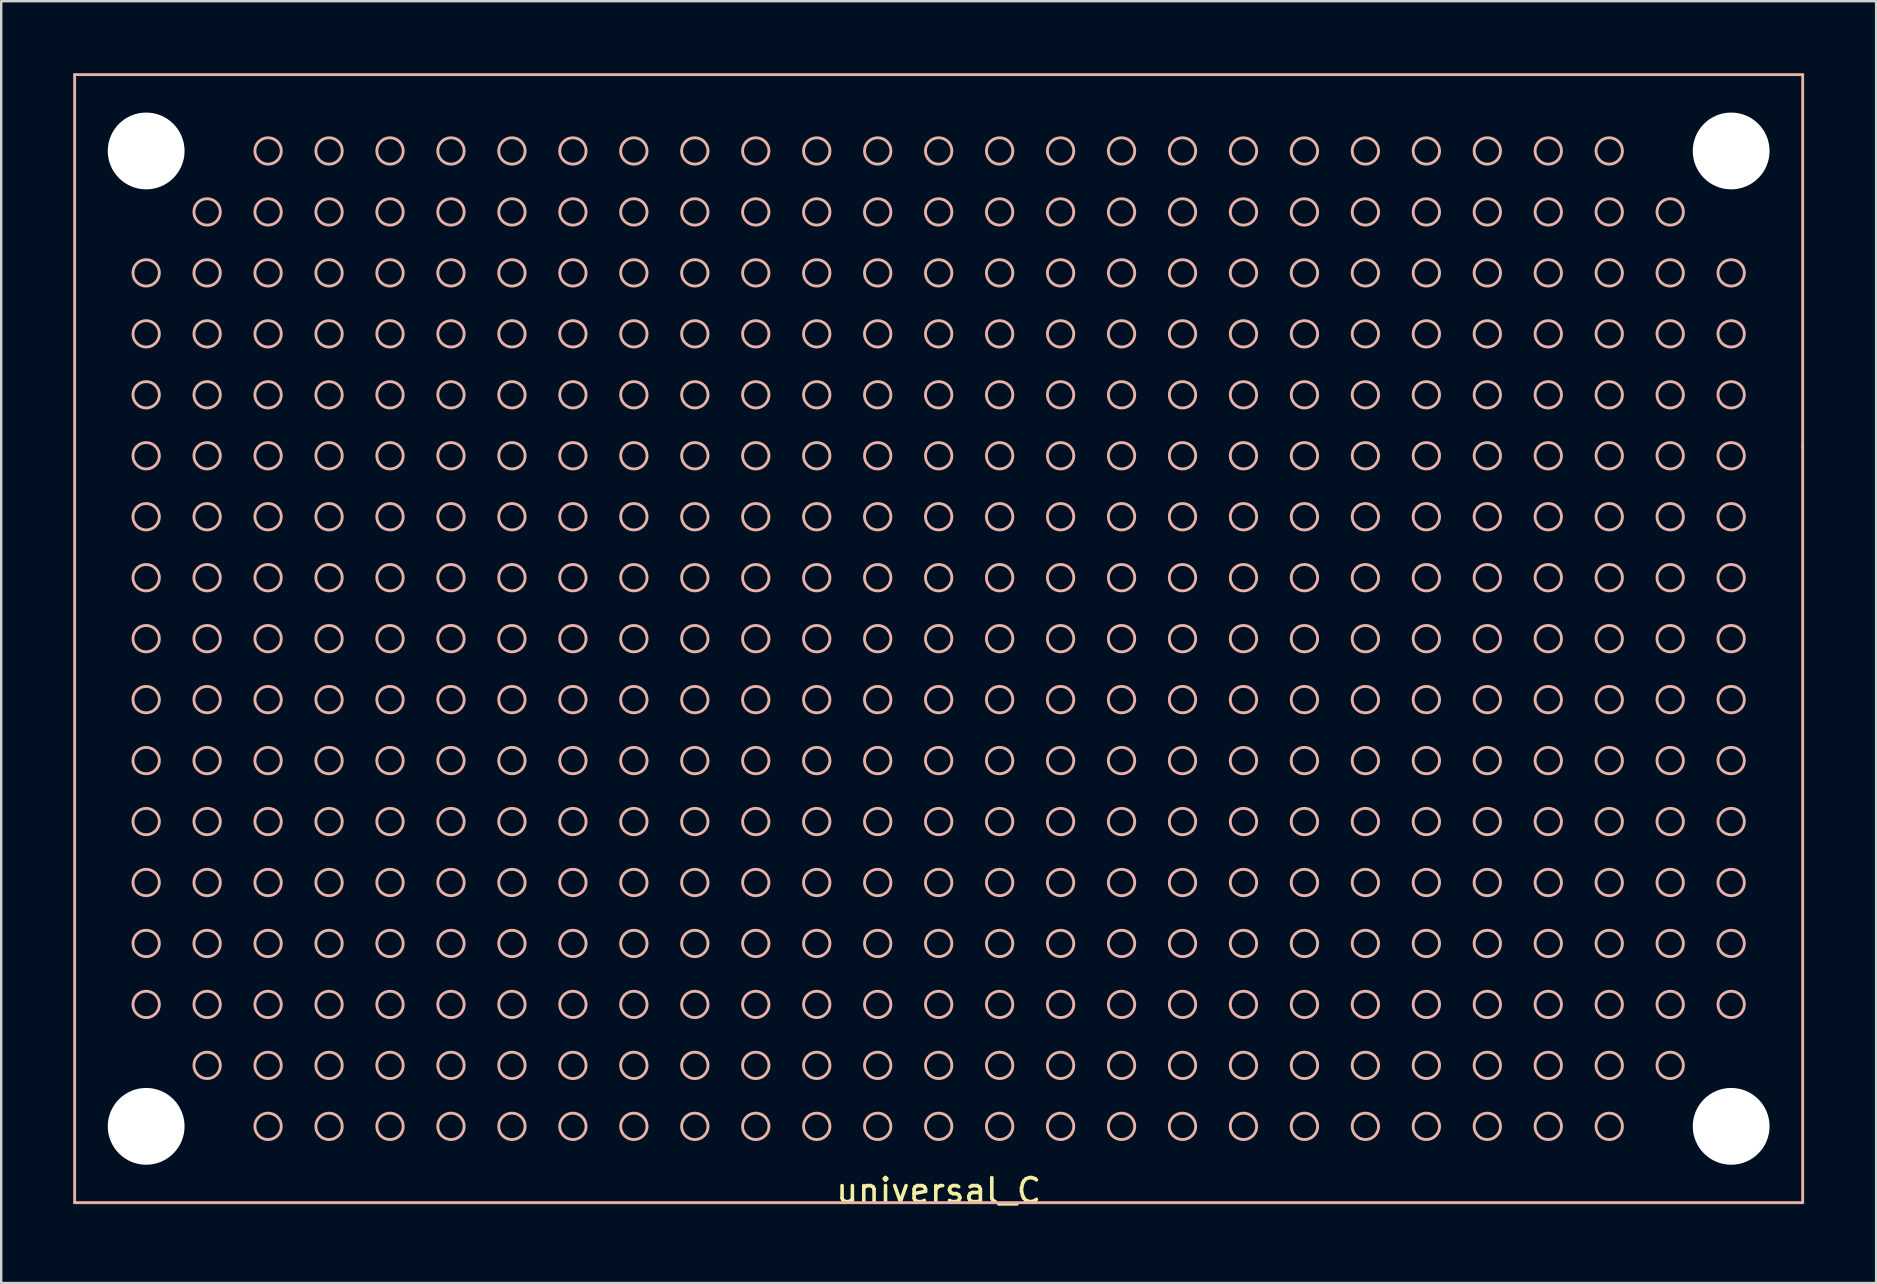
<source format=kicad_pcb>
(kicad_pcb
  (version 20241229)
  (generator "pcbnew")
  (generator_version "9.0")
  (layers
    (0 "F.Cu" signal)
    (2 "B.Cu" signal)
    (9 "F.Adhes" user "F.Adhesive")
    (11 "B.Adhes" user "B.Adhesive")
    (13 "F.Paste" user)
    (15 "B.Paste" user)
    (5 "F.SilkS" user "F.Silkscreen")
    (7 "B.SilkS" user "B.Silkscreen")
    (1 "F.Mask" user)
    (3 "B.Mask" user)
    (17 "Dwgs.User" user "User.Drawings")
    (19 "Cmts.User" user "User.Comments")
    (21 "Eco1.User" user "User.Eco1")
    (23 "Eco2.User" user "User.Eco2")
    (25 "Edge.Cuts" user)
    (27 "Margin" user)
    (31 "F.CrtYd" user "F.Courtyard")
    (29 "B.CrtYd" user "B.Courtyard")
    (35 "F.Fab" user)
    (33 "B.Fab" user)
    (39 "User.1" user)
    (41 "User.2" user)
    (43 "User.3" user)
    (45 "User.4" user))
  (footprint "universal_C"
    (layer "F.Cu")
    (at 36.06 23.56)
    (property "Reference" "universal_C" (at 0 23 0) (layer "F.SilkS") (effects (font (size 1 1) (thickness 0.15))))
    (attr through_hole)
    (fp_line (start -36 -23.5) (end -36 23.5) (stroke (width 0.12) (type solid)) (layer "B.SilkS"))
    (fp_line (start -36 -23.5) (end 36 -23.5) (stroke (width 0.12) (type solid)) (layer "B.SilkS"))
    (fp_line (start -36 23.5) (end 36 23.5) (stroke (width 0.12) (type solid)) (layer "B.SilkS"))
    (fp_line (start 36 -23.5) (end 36 -8) (stroke (width 0.12) (type solid)) (layer "B.SilkS"))
    (fp_line (start 36 -8) (end 36 23.5) (stroke (width 0.12) (type solid)) (layer "B.SilkS"))
    (fp_circle (center -33.02 -15.24) (end -32.47 -15.24) (stroke (width 0.12) (type solid)) (fill no) (layer "B.SilkS"))
    (fp_circle (center -33.02 -12.7) (end -32.47 -12.7) (stroke (width 0.12) (type solid)) (fill no) (layer "B.SilkS"))
    (fp_circle (center -33.02 -10.16) (end -32.47 -10.16) (stroke (width 0.12) (type solid)) (fill no) (layer "B.SilkS"))
    (fp_circle (center -33.02 -7.62) (end -32.47 -7.62) (stroke (width 0.12) (type solid)) (fill no) (layer "B.SilkS"))
    (fp_circle (center -33.02 -5.08) (end -32.47 -5.08) (stroke (width 0.12) (type solid)) (fill no) (layer "B.SilkS"))
    (fp_circle (center -33.02 -2.54) (end -32.47 -2.54) (stroke (width 0.12) (type solid)) (fill no) (layer "B.SilkS"))
    (fp_circle (center -33.02 0) (end -32.47 0) (stroke (width 0.12) (type solid)) (fill no) (layer "B.SilkS"))
    (fp_circle (center -33.02 2.54) (end -32.47 2.54) (stroke (width 0.12) (type solid)) (fill no) (layer "B.SilkS"))
    (fp_circle (center -33.02 5.08) (end -32.47 5.08) (stroke (width 0.12) (type solid)) (fill no) (layer "B.SilkS"))
    (fp_circle (center -33.02 7.62) (end -32.47 7.62) (stroke (width 0.12) (type solid)) (fill no) (layer "B.SilkS"))
    (fp_circle (center -33.02 10.16) (end -32.47 10.16) (stroke (width 0.12) (type solid)) (fill no) (layer "B.SilkS"))
    (fp_circle (center -33.02 12.7) (end -32.47 12.7) (stroke (width 0.12) (type solid)) (fill no) (layer "B.SilkS"))
    (fp_circle (center -33.02 15.24) (end -32.47 15.24) (stroke (width 0.12) (type solid)) (fill no) (layer "B.SilkS"))
    (fp_circle (center -30.48 -17.78) (end -29.93 -17.78) (stroke (width 0.12) (type solid)) (fill no) (layer "B.SilkS"))
    (fp_circle (center -30.48 -15.24) (end -29.93 -15.24) (stroke (width 0.12) (type solid)) (fill no) (layer "B.SilkS"))
    (fp_circle (center -30.48 -12.7) (end -29.93 -12.7) (stroke (width 0.12) (type solid)) (fill no) (layer "B.SilkS"))
    (fp_circle (center -30.48 -10.16) (end -29.93 -10.16) (stroke (width 0.12) (type solid)) (fill no) (layer "B.SilkS"))
    (fp_circle (center -30.48 -7.62) (end -29.93 -7.62) (stroke (width 0.12) (type solid)) (fill no) (layer "B.SilkS"))
    (fp_circle (center -30.48 -5.08) (end -29.93 -5.08) (stroke (width 0.12) (type solid)) (fill no) (layer "B.SilkS"))
    (fp_circle (center -30.48 -2.54) (end -29.93 -2.54) (stroke (width 0.12) (type solid)) (fill no) (layer "B.SilkS"))
    (fp_circle (center -30.48 0) (end -29.93 0) (stroke (width 0.12) (type solid)) (fill no) (layer "B.SilkS"))
    (fp_circle (center -30.48 2.54) (end -29.93 2.54) (stroke (width 0.12) (type solid)) (fill no) (layer "B.SilkS"))
    (fp_circle (center -30.48 5.08) (end -29.93 5.08) (stroke (width 0.12) (type solid)) (fill no) (layer "B.SilkS"))
    (fp_circle (center -30.48 7.62) (end -29.93 7.62) (stroke (width 0.12) (type solid)) (fill no) (layer "B.SilkS"))
    (fp_circle (center -30.48 10.16) (end -29.93 10.16) (stroke (width 0.12) (type solid)) (fill no) (layer "B.SilkS"))
    (fp_circle (center -30.48 12.7) (end -29.93 12.7) (stroke (width 0.12) (type solid)) (fill no) (layer "B.SilkS"))
    (fp_circle (center -30.48 15.24) (end -29.93 15.24) (stroke (width 0.12) (type solid)) (fill no) (layer "B.SilkS"))
    (fp_circle (center -30.48 17.78) (end -29.93 17.78) (stroke (width 0.12) (type solid)) (fill no) (layer "B.SilkS"))
    (fp_circle (center -27.94 -20.32) (end -27.39 -20.32) (stroke (width 0.12) (type solid)) (fill no) (layer "B.SilkS"))
    (fp_circle (center -27.94 -17.78) (end -27.39 -17.78) (stroke (width 0.12) (type solid)) (fill no) (layer "B.SilkS"))
    (fp_circle (center -27.94 -15.24) (end -27.39 -15.24) (stroke (width 0.12) (type solid)) (fill no) (layer "B.SilkS"))
    (fp_circle (center -27.94 -12.7) (end -27.39 -12.7) (stroke (width 0.12) (type solid)) (fill no) (layer "B.SilkS"))
    (fp_circle (center -27.94 -10.16) (end -27.39 -10.16) (stroke (width 0.12) (type solid)) (fill no) (layer "B.SilkS"))
    (fp_circle (center -27.94 -7.62) (end -27.39 -7.62) (stroke (width 0.12) (type solid)) (fill no) (layer "B.SilkS"))
    (fp_circle (center -27.94 -5.08) (end -27.39 -5.08) (stroke (width 0.12) (type solid)) (fill no) (layer "B.SilkS"))
    (fp_circle (center -27.94 -2.54) (end -27.39 -2.54) (stroke (width 0.12) (type solid)) (fill no) (layer "B.SilkS"))
    (fp_circle (center -27.94 0) (end -27.39 0) (stroke (width 0.12) (type solid)) (fill no) (layer "B.SilkS"))
    (fp_circle (center -27.94 2.54) (end -27.39 2.54) (stroke (width 0.12) (type solid)) (fill no) (layer "B.SilkS"))
    (fp_circle (center -27.94 5.08) (end -27.39 5.08) (stroke (width 0.12) (type solid)) (fill no) (layer "B.SilkS"))
    (fp_circle (center -27.94 7.62) (end -27.39 7.62) (stroke (width 0.12) (type solid)) (fill no) (layer "B.SilkS"))
    (fp_circle (center -27.94 10.16) (end -27.39 10.16) (stroke (width 0.12) (type solid)) (fill no) (layer "B.SilkS"))
    (fp_circle (center -27.94 12.7) (end -27.39 12.7) (stroke (width 0.12) (type solid)) (fill no) (layer "B.SilkS"))
    (fp_circle (center -27.94 15.24) (end -27.39 15.24) (stroke (width 0.12) (type solid)) (fill no) (layer "B.SilkS"))
    (fp_circle (center -27.94 17.78) (end -27.39 17.78) (stroke (width 0.12) (type solid)) (fill no) (layer "B.SilkS"))
    (fp_circle (center -27.94 20.32) (end -27.39 20.32) (stroke (width 0.12) (type solid)) (fill no) (layer "B.SilkS"))
    (fp_circle (center -25.4 -20.32) (end -24.85 -20.32) (stroke (width 0.12) (type solid)) (fill no) (layer "B.SilkS"))
    (fp_circle (center -25.4 -17.78) (end -24.85 -17.78) (stroke (width 0.12) (type solid)) (fill no) (layer "B.SilkS"))
    (fp_circle (center -25.4 -15.24) (end -24.85 -15.24) (stroke (width 0.12) (type solid)) (fill no) (layer "B.SilkS"))
    (fp_circle (center -25.4 -12.7) (end -24.85 -12.7) (stroke (width 0.12) (type solid)) (fill no) (layer "B.SilkS"))
    (fp_circle (center -25.4 -10.16) (end -24.85 -10.16) (stroke (width 0.12) (type solid)) (fill no) (layer "B.SilkS"))
    (fp_circle (center -25.4 -7.62) (end -24.85 -7.62) (stroke (width 0.12) (type solid)) (fill no) (layer "B.SilkS"))
    (fp_circle (center -25.4 -5.08) (end -24.85 -5.08) (stroke (width 0.12) (type solid)) (fill no) (layer "B.SilkS"))
    (fp_circle (center -25.4 -2.54) (end -24.85 -2.54) (stroke (width 0.12) (type solid)) (fill no) (layer "B.SilkS"))
    (fp_circle (center -25.4 0) (end -24.85 0) (stroke (width 0.12) (type solid)) (fill no) (layer "B.SilkS"))
    (fp_circle (center -25.4 2.54) (end -24.85 2.54) (stroke (width 0.12) (type solid)) (fill no) (layer "B.SilkS"))
    (fp_circle (center -25.4 5.08) (end -24.85 5.08) (stroke (width 0.12) (type solid)) (fill no) (layer "B.SilkS"))
    (fp_circle (center -25.4 7.62) (end -24.85 7.62) (stroke (width 0.12) (type solid)) (fill no) (layer "B.SilkS"))
    (fp_circle (center -25.4 10.16) (end -24.85 10.16) (stroke (width 0.12) (type solid)) (fill no) (layer "B.SilkS"))
    (fp_circle (center -25.4 12.7) (end -24.85 12.7) (stroke (width 0.12) (type solid)) (fill no) (layer "B.SilkS"))
    (fp_circle (center -25.4 15.24) (end -24.85 15.24) (stroke (width 0.12) (type solid)) (fill no) (layer "B.SilkS"))
    (fp_circle (center -25.4 17.78) (end -24.85 17.78) (stroke (width 0.12) (type solid)) (fill no) (layer "B.SilkS"))
    (fp_circle (center -25.4 20.32) (end -24.85 20.32) (stroke (width 0.12) (type solid)) (fill no) (layer "B.SilkS"))
    (fp_circle (center -22.86 -20.32) (end -22.31 -20.32) (stroke (width 0.12) (type solid)) (fill no) (layer "B.SilkS"))
    (fp_circle (center -22.86 -17.78) (end -22.31 -17.78) (stroke (width 0.12) (type solid)) (fill no) (layer "B.SilkS"))
    (fp_circle (center -22.86 -15.24) (end -22.31 -15.24) (stroke (width 0.12) (type solid)) (fill no) (layer "B.SilkS"))
    (fp_circle (center -22.86 -12.7) (end -22.31 -12.7) (stroke (width 0.12) (type solid)) (fill no) (layer "B.SilkS"))
    (fp_circle (center -22.86 -10.16) (end -22.31 -10.16) (stroke (width 0.12) (type solid)) (fill no) (layer "B.SilkS"))
    (fp_circle (center -22.86 -7.62) (end -22.31 -7.62) (stroke (width 0.12) (type solid)) (fill no) (layer "B.SilkS"))
    (fp_circle (center -22.86 -5.08) (end -22.31 -5.08) (stroke (width 0.12) (type solid)) (fill no) (layer "B.SilkS"))
    (fp_circle (center -22.86 -2.54) (end -22.31 -2.54) (stroke (width 0.12) (type solid)) (fill no) (layer "B.SilkS"))
    (fp_circle (center -22.86 0) (end -22.31 0) (stroke (width 0.12) (type solid)) (fill no) (layer "B.SilkS"))
    (fp_circle (center -22.86 2.54) (end -22.31 2.54) (stroke (width 0.12) (type solid)) (fill no) (layer "B.SilkS"))
    (fp_circle (center -22.86 5.08) (end -22.31 5.08) (stroke (width 0.12) (type solid)) (fill no) (layer "B.SilkS"))
    (fp_circle (center -22.86 7.62) (end -22.31 7.62) (stroke (width 0.12) (type solid)) (fill no) (layer "B.SilkS"))
    (fp_circle (center -22.86 10.16) (end -22.31 10.16) (stroke (width 0.12) (type solid)) (fill no) (layer "B.SilkS"))
    (fp_circle (center -22.86 12.7) (end -22.31 12.7) (stroke (width 0.12) (type solid)) (fill no) (layer "B.SilkS"))
    (fp_circle (center -22.86 15.24) (end -22.31 15.24) (stroke (width 0.12) (type solid)) (fill no) (layer "B.SilkS"))
    (fp_circle (center -22.86 17.78) (end -22.31 17.78) (stroke (width 0.12) (type solid)) (fill no) (layer "B.SilkS"))
    (fp_circle (center -22.86 20.32) (end -22.31 20.32) (stroke (width 0.12) (type solid)) (fill no) (layer "B.SilkS"))
    (fp_circle (center -20.32 -20.32) (end -19.77 -20.32) (stroke (width 0.12) (type solid)) (fill no) (layer "B.SilkS"))
    (fp_circle (center -20.32 -17.78) (end -19.77 -17.78) (stroke (width 0.12) (type solid)) (fill no) (layer "B.SilkS"))
    (fp_circle (center -20.32 -15.24) (end -19.77 -15.24) (stroke (width 0.12) (type solid)) (fill no) (layer "B.SilkS"))
    (fp_circle (center -20.32 -12.7) (end -19.77 -12.7) (stroke (width 0.12) (type solid)) (fill no) (layer "B.SilkS"))
    (fp_circle (center -20.32 -10.16) (end -19.77 -10.16) (stroke (width 0.12) (type solid)) (fill no) (layer "B.SilkS"))
    (fp_circle (center -20.32 -7.62) (end -19.77 -7.62) (stroke (width 0.12) (type solid)) (fill no) (layer "B.SilkS"))
    (fp_circle (center -20.32 -5.08) (end -19.77 -5.08) (stroke (width 0.12) (type solid)) (fill no) (layer "B.SilkS"))
    (fp_circle (center -20.32 -2.54) (end -19.77 -2.54) (stroke (width 0.12) (type solid)) (fill no) (layer "B.SilkS"))
    (fp_circle (center -20.32 0) (end -19.77 0) (stroke (width 0.12) (type solid)) (fill no) (layer "B.SilkS"))
    (fp_circle (center -20.32 2.54) (end -19.77 2.54) (stroke (width 0.12) (type solid)) (fill no) (layer "B.SilkS"))
    (fp_circle (center -20.32 5.08) (end -19.77 5.08) (stroke (width 0.12) (type solid)) (fill no) (layer "B.SilkS"))
    (fp_circle (center -20.32 7.62) (end -19.77 7.62) (stroke (width 0.12) (type solid)) (fill no) (layer "B.SilkS"))
    (fp_circle (center -20.32 10.16) (end -19.77 10.16) (stroke (width 0.12) (type solid)) (fill no) (layer "B.SilkS"))
    (fp_circle (center -20.32 12.7) (end -19.77 12.7) (stroke (width 0.12) (type solid)) (fill no) (layer "B.SilkS"))
    (fp_circle (center -20.32 15.24) (end -19.77 15.24) (stroke (width 0.12) (type solid)) (fill no) (layer "B.SilkS"))
    (fp_circle (center -20.32 17.78) (end -19.77 17.78) (stroke (width 0.12) (type solid)) (fill no) (layer "B.SilkS"))
    (fp_circle (center -20.32 20.32) (end -19.77 20.32) (stroke (width 0.12) (type solid)) (fill no) (layer "B.SilkS"))
    (fp_circle (center -17.78 -20.32) (end -17.23 -20.32) (stroke (width 0.12) (type solid)) (fill no) (layer "B.SilkS"))
    (fp_circle (center -17.78 -17.78) (end -17.23 -17.78) (stroke (width 0.12) (type solid)) (fill no) (layer "B.SilkS"))
    (fp_circle (center -17.78 -15.24) (end -17.23 -15.24) (stroke (width 0.12) (type solid)) (fill no) (layer "B.SilkS"))
    (fp_circle (center -17.78 -12.7) (end -17.23 -12.7) (stroke (width 0.12) (type solid)) (fill no) (layer "B.SilkS"))
    (fp_circle (center -17.78 -10.16) (end -17.23 -10.16) (stroke (width 0.12) (type solid)) (fill no) (layer "B.SilkS"))
    (fp_circle (center -17.78 -7.62) (end -17.23 -7.62) (stroke (width 0.12) (type solid)) (fill no) (layer "B.SilkS"))
    (fp_circle (center -17.78 -5.08) (end -17.23 -5.08) (stroke (width 0.12) (type solid)) (fill no) (layer "B.SilkS"))
    (fp_circle (center -17.78 -2.54) (end -17.23 -2.54) (stroke (width 0.12) (type solid)) (fill no) (layer "B.SilkS"))
    (fp_circle (center -17.78 0) (end -17.23 0) (stroke (width 0.12) (type solid)) (fill no) (layer "B.SilkS"))
    (fp_circle (center -17.78 2.54) (end -17.23 2.54) (stroke (width 0.12) (type solid)) (fill no) (layer "B.SilkS"))
    (fp_circle (center -17.78 5.08) (end -17.23 5.08) (stroke (width 0.12) (type solid)) (fill no) (layer "B.SilkS"))
    (fp_circle (center -17.78 7.62) (end -17.23 7.62) (stroke (width 0.12) (type solid)) (fill no) (layer "B.SilkS"))
    (fp_circle (center -17.78 10.16) (end -17.23 10.16) (stroke (width 0.12) (type solid)) (fill no) (layer "B.SilkS"))
    (fp_circle (center -17.78 12.7) (end -17.23 12.7) (stroke (width 0.12) (type solid)) (fill no) (layer "B.SilkS"))
    (fp_circle (center -17.78 15.24) (end -17.23 15.24) (stroke (width 0.12) (type solid)) (fill no) (layer "B.SilkS"))
    (fp_circle (center -17.78 17.78) (end -17.23 17.78) (stroke (width 0.12) (type solid)) (fill no) (layer "B.SilkS"))
    (fp_circle (center -17.78 20.32) (end -17.23 20.32) (stroke (width 0.12) (type solid)) (fill no) (layer "B.SilkS"))
    (fp_circle (center -15.24 -20.32) (end -14.69 -20.32) (stroke (width 0.12) (type solid)) (fill no) (layer "B.SilkS"))
    (fp_circle (center -15.24 -17.78) (end -14.69 -17.78) (stroke (width 0.12) (type solid)) (fill no) (layer "B.SilkS"))
    (fp_circle (center -15.24 -15.24) (end -14.69 -15.24) (stroke (width 0.12) (type solid)) (fill no) (layer "B.SilkS"))
    (fp_circle (center -15.24 -12.7) (end -14.69 -12.7) (stroke (width 0.12) (type solid)) (fill no) (layer "B.SilkS"))
    (fp_circle (center -15.24 -10.16) (end -14.69 -10.16) (stroke (width 0.12) (type solid)) (fill no) (layer "B.SilkS"))
    (fp_circle (center -15.24 -7.62) (end -14.69 -7.62) (stroke (width 0.12) (type solid)) (fill no) (layer "B.SilkS"))
    (fp_circle (center -15.24 -5.08) (end -14.69 -5.08) (stroke (width 0.12) (type solid)) (fill no) (layer "B.SilkS"))
    (fp_circle (center -15.24 -2.54) (end -14.69 -2.54) (stroke (width 0.12) (type solid)) (fill no) (layer "B.SilkS"))
    (fp_circle (center -15.24 0) (end -14.69 0) (stroke (width 0.12) (type solid)) (fill no) (layer "B.SilkS"))
    (fp_circle (center -15.24 2.54) (end -14.69 2.54) (stroke (width 0.12) (type solid)) (fill no) (layer "B.SilkS"))
    (fp_circle (center -15.24 5.08) (end -14.69 5.08) (stroke (width 0.12) (type solid)) (fill no) (layer "B.SilkS"))
    (fp_circle (center -15.24 7.62) (end -14.69 7.62) (stroke (width 0.12) (type solid)) (fill no) (layer "B.SilkS"))
    (fp_circle (center -15.24 10.16) (end -14.69 10.16) (stroke (width 0.12) (type solid)) (fill no) (layer "B.SilkS"))
    (fp_circle (center -15.24 12.7) (end -14.69 12.7) (stroke (width 0.12) (type solid)) (fill no) (layer "B.SilkS"))
    (fp_circle (center -15.24 15.24) (end -14.69 15.24) (stroke (width 0.12) (type solid)) (fill no) (layer "B.SilkS"))
    (fp_circle (center -15.24 17.78) (end -14.69 17.78) (stroke (width 0.12) (type solid)) (fill no) (layer "B.SilkS"))
    (fp_circle (center -15.24 20.32) (end -14.69 20.32) (stroke (width 0.12) (type solid)) (fill no) (layer "B.SilkS"))
    (fp_circle (center -12.7 -20.32) (end -12.15 -20.32) (stroke (width 0.12) (type solid)) (fill no) (layer "B.SilkS"))
    (fp_circle (center -12.7 -17.78) (end -12.15 -17.78) (stroke (width 0.12) (type solid)) (fill no) (layer "B.SilkS"))
    (fp_circle (center -12.7 -15.24) (end -12.15 -15.24) (stroke (width 0.12) (type solid)) (fill no) (layer "B.SilkS"))
    (fp_circle (center -12.7 -12.7) (end -12.15 -12.7) (stroke (width 0.12) (type solid)) (fill no) (layer "B.SilkS"))
    (fp_circle (center -12.7 -10.16) (end -12.15 -10.16) (stroke (width 0.12) (type solid)) (fill no) (layer "B.SilkS"))
    (fp_circle (center -12.7 -7.62) (end -12.15 -7.62) (stroke (width 0.12) (type solid)) (fill no) (layer "B.SilkS"))
    (fp_circle (center -12.7 -5.08) (end -12.15 -5.08) (stroke (width 0.12) (type solid)) (fill no) (layer "B.SilkS"))
    (fp_circle (center -12.7 -2.54) (end -12.15 -2.54) (stroke (width 0.12) (type solid)) (fill no) (layer "B.SilkS"))
    (fp_circle (center -12.7 0) (end -12.15 0) (stroke (width 0.12) (type solid)) (fill no) (layer "B.SilkS"))
    (fp_circle (center -12.7 2.54) (end -12.15 2.54) (stroke (width 0.12) (type solid)) (fill no) (layer "B.SilkS"))
    (fp_circle (center -12.7 5.08) (end -12.15 5.08) (stroke (width 0.12) (type solid)) (fill no) (layer "B.SilkS"))
    (fp_circle (center -12.7 7.62) (end -12.15 7.62) (stroke (width 0.12) (type solid)) (fill no) (layer "B.SilkS"))
    (fp_circle (center -12.7 10.16) (end -12.15 10.16) (stroke (width 0.12) (type solid)) (fill no) (layer "B.SilkS"))
    (fp_circle (center -12.7 12.7) (end -12.15 12.7) (stroke (width 0.12) (type solid)) (fill no) (layer "B.SilkS"))
    (fp_circle (center -12.7 15.24) (end -12.15 15.24) (stroke (width 0.12) (type solid)) (fill no) (layer "B.SilkS"))
    (fp_circle (center -12.7 17.78) (end -12.15 17.78) (stroke (width 0.12) (type solid)) (fill no) (layer "B.SilkS"))
    (fp_circle (center -12.7 20.32) (end -12.15 20.32) (stroke (width 0.12) (type solid)) (fill no) (layer "B.SilkS"))
    (fp_circle (center -10.16 -20.32) (end -9.61 -20.32) (stroke (width 0.12) (type solid)) (fill no) (layer "B.SilkS"))
    (fp_circle (center -10.16 -17.78) (end -9.61 -17.78) (stroke (width 0.12) (type solid)) (fill no) (layer "B.SilkS"))
    (fp_circle (center -10.16 -15.24) (end -9.61 -15.24) (stroke (width 0.12) (type solid)) (fill no) (layer "B.SilkS"))
    (fp_circle (center -10.16 -12.7) (end -9.61 -12.7) (stroke (width 0.12) (type solid)) (fill no) (layer "B.SilkS"))
    (fp_circle (center -10.16 -10.16) (end -9.61 -10.16) (stroke (width 0.12) (type solid)) (fill no) (layer "B.SilkS"))
    (fp_circle (center -10.16 -7.62) (end -9.61 -7.62) (stroke (width 0.12) (type solid)) (fill no) (layer "B.SilkS"))
    (fp_circle (center -10.16 -5.08) (end -9.61 -5.08) (stroke (width 0.12) (type solid)) (fill no) (layer "B.SilkS"))
    (fp_circle (center -10.16 -2.54) (end -9.61 -2.54) (stroke (width 0.12) (type solid)) (fill no) (layer "B.SilkS"))
    (fp_circle (center -10.16 0) (end -9.61 0) (stroke (width 0.12) (type solid)) (fill no) (layer "B.SilkS"))
    (fp_circle (center -10.16 2.54) (end -9.61 2.54) (stroke (width 0.12) (type solid)) (fill no) (layer "B.SilkS"))
    (fp_circle (center -10.16 5.08) (end -9.61 5.08) (stroke (width 0.12) (type solid)) (fill no) (layer "B.SilkS"))
    (fp_circle (center -10.16 7.62) (end -9.61 7.62) (stroke (width 0.12) (type solid)) (fill no) (layer "B.SilkS"))
    (fp_circle (center -10.16 10.16) (end -9.61 10.16) (stroke (width 0.12) (type solid)) (fill no) (layer "B.SilkS"))
    (fp_circle (center -10.16 12.7) (end -9.61 12.7) (stroke (width 0.12) (type solid)) (fill no) (layer "B.SilkS"))
    (fp_circle (center -10.16 15.24) (end -9.61 15.24) (stroke (width 0.12) (type solid)) (fill no) (layer "B.SilkS"))
    (fp_circle (center -10.16 17.78) (end -9.61 17.78) (stroke (width 0.12) (type solid)) (fill no) (layer "B.SilkS"))
    (fp_circle (center -10.16 20.32) (end -9.61 20.32) (stroke (width 0.12) (type solid)) (fill no) (layer "B.SilkS"))
    (fp_circle (center -7.62 -20.32) (end -7.07 -20.32) (stroke (width 0.12) (type solid)) (fill no) (layer "B.SilkS"))
    (fp_circle (center -7.62 -17.78) (end -7.07 -17.78) (stroke (width 0.12) (type solid)) (fill no) (layer "B.SilkS"))
    (fp_circle (center -7.62 -15.24) (end -7.07 -15.24) (stroke (width 0.12) (type solid)) (fill no) (layer "B.SilkS"))
    (fp_circle (center -7.62 -12.7) (end -7.07 -12.7) (stroke (width 0.12) (type solid)) (fill no) (layer "B.SilkS"))
    (fp_circle (center -7.62 -10.16) (end -7.07 -10.16) (stroke (width 0.12) (type solid)) (fill no) (layer "B.SilkS"))
    (fp_circle (center -7.62 -7.62) (end -7.07 -7.62) (stroke (width 0.12) (type solid)) (fill no) (layer "B.SilkS"))
    (fp_circle (center -7.62 -5.08) (end -7.07 -5.08) (stroke (width 0.12) (type solid)) (fill no) (layer "B.SilkS"))
    (fp_circle (center -7.62 -2.54) (end -7.07 -2.54) (stroke (width 0.12) (type solid)) (fill no) (layer "B.SilkS"))
    (fp_circle (center -7.62 0) (end -7.07 0) (stroke (width 0.12) (type solid)) (fill no) (layer "B.SilkS"))
    (fp_circle (center -7.62 2.54) (end -7.07 2.54) (stroke (width 0.12) (type solid)) (fill no) (layer "B.SilkS"))
    (fp_circle (center -7.62 5.08) (end -7.07 5.08) (stroke (width 0.12) (type solid)) (fill no) (layer "B.SilkS"))
    (fp_circle (center -7.62 7.62) (end -7.07 7.62) (stroke (width 0.12) (type solid)) (fill no) (layer "B.SilkS"))
    (fp_circle (center -7.62 10.16) (end -7.07 10.16) (stroke (width 0.12) (type solid)) (fill no) (layer "B.SilkS"))
    (fp_circle (center -7.62 12.7) (end -7.07 12.7) (stroke (width 0.12) (type solid)) (fill no) (layer "B.SilkS"))
    (fp_circle (center -7.62 15.24) (end -7.07 15.24) (stroke (width 0.12) (type solid)) (fill no) (layer "B.SilkS"))
    (fp_circle (center -7.62 17.78) (end -7.07 17.78) (stroke (width 0.12) (type solid)) (fill no) (layer "B.SilkS"))
    (fp_circle (center -7.62 20.32) (end -7.07 20.32) (stroke (width 0.12) (type solid)) (fill no) (layer "B.SilkS"))
    (fp_circle (center -5.08 -20.32) (end -4.53 -20.32) (stroke (width 0.12) (type solid)) (fill no) (layer "B.SilkS"))
    (fp_circle (center -5.08 -17.78) (end -4.53 -17.78) (stroke (width 0.12) (type solid)) (fill no) (layer "B.SilkS"))
    (fp_circle (center -5.08 -15.24) (end -4.53 -15.24) (stroke (width 0.12) (type solid)) (fill no) (layer "B.SilkS"))
    (fp_circle (center -5.08 -12.7) (end -4.53 -12.7) (stroke (width 0.12) (type solid)) (fill no) (layer "B.SilkS"))
    (fp_circle (center -5.08 -10.16) (end -4.53 -10.16) (stroke (width 0.12) (type solid)) (fill no) (layer "B.SilkS"))
    (fp_circle (center -5.08 -7.62) (end -4.53 -7.62) (stroke (width 0.12) (type solid)) (fill no) (layer "B.SilkS"))
    (fp_circle (center -5.08 -5.08) (end -4.53 -5.08) (stroke (width 0.12) (type solid)) (fill no) (layer "B.SilkS"))
    (fp_circle (center -5.08 -2.54) (end -4.53 -2.54) (stroke (width 0.12) (type solid)) (fill no) (layer "B.SilkS"))
    (fp_circle (center -5.08 0) (end -4.53 0) (stroke (width 0.12) (type solid)) (fill no) (layer "B.SilkS"))
    (fp_circle (center -5.08 2.54) (end -4.53 2.54) (stroke (width 0.12) (type solid)) (fill no) (layer "B.SilkS"))
    (fp_circle (center -5.08 5.08) (end -4.53 5.08) (stroke (width 0.12) (type solid)) (fill no) (layer "B.SilkS"))
    (fp_circle (center -5.08 7.62) (end -4.53 7.62) (stroke (width 0.12) (type solid)) (fill no) (layer "B.SilkS"))
    (fp_circle (center -5.08 10.16) (end -4.53 10.16) (stroke (width 0.12) (type solid)) (fill no) (layer "B.SilkS"))
    (fp_circle (center -5.08 12.7) (end -4.53 12.7) (stroke (width 0.12) (type solid)) (fill no) (layer "B.SilkS"))
    (fp_circle (center -5.08 15.24) (end -4.53 15.24) (stroke (width 0.12) (type solid)) (fill no) (layer "B.SilkS"))
    (fp_circle (center -5.08 17.78) (end -4.53 17.78) (stroke (width 0.12) (type solid)) (fill no) (layer "B.SilkS"))
    (fp_circle (center -5.08 20.32) (end -4.53 20.32) (stroke (width 0.12) (type solid)) (fill no) (layer "B.SilkS"))
    (fp_circle (center -2.54 -20.32) (end -1.99 -20.32) (stroke (width 0.12) (type solid)) (fill no) (layer "B.SilkS"))
    (fp_circle (center -2.54 -17.78) (end -1.99 -17.78) (stroke (width 0.12) (type solid)) (fill no) (layer "B.SilkS"))
    (fp_circle (center -2.54 -15.24) (end -1.99 -15.24) (stroke (width 0.12) (type solid)) (fill no) (layer "B.SilkS"))
    (fp_circle (center -2.54 -12.7) (end -1.99 -12.7) (stroke (width 0.12) (type solid)) (fill no) (layer "B.SilkS"))
    (fp_circle (center -2.54 -10.16) (end -1.99 -10.16) (stroke (width 0.12) (type solid)) (fill no) (layer "B.SilkS"))
    (fp_circle (center -2.54 -7.62) (end -1.99 -7.62) (stroke (width 0.12) (type solid)) (fill no) (layer "B.SilkS"))
    (fp_circle (center -2.54 -5.08) (end -1.99 -5.08) (stroke (width 0.12) (type solid)) (fill no) (layer "B.SilkS"))
    (fp_circle (center -2.54 -2.54) (end -1.99 -2.54) (stroke (width 0.12) (type solid)) (fill no) (layer "B.SilkS"))
    (fp_circle (center -2.54 0) (end -1.99 0) (stroke (width 0.12) (type solid)) (fill no) (layer "B.SilkS"))
    (fp_circle (center -2.54 2.54) (end -1.99 2.54) (stroke (width 0.12) (type solid)) (fill no) (layer "B.SilkS"))
    (fp_circle (center -2.54 5.08) (end -1.99 5.08) (stroke (width 0.12) (type solid)) (fill no) (layer "B.SilkS"))
    (fp_circle (center -2.54 7.62) (end -1.99 7.62) (stroke (width 0.12) (type solid)) (fill no) (layer "B.SilkS"))
    (fp_circle (center -2.54 10.16) (end -1.99 10.16) (stroke (width 0.12) (type solid)) (fill no) (layer "B.SilkS"))
    (fp_circle (center -2.54 12.7) (end -1.99 12.7) (stroke (width 0.12) (type solid)) (fill no) (layer "B.SilkS"))
    (fp_circle (center -2.54 15.24) (end -1.99 15.24) (stroke (width 0.12) (type solid)) (fill no) (layer "B.SilkS"))
    (fp_circle (center -2.54 17.78) (end -1.99 17.78) (stroke (width 0.12) (type solid)) (fill no) (layer "B.SilkS"))
    (fp_circle (center -2.54 20.32) (end -1.99 20.32) (stroke (width 0.12) (type solid)) (fill no) (layer "B.SilkS"))
    (fp_circle (center 0 -20.32) (end 0.55 -20.32) (stroke (width 0.12) (type solid)) (fill no) (layer "B.SilkS"))
    (fp_circle (center 0 -17.78) (end 0.55 -17.78) (stroke (width 0.12) (type solid)) (fill no) (layer "B.SilkS"))
    (fp_circle (center 0 -15.24) (end 0.55 -15.24) (stroke (width 0.12) (type solid)) (fill no) (layer "B.SilkS"))
    (fp_circle (center 0 -12.7) (end 0.55 -12.7) (stroke (width 0.12) (type solid)) (fill no) (layer "B.SilkS"))
    (fp_circle (center 0 -10.16) (end 0.55 -10.16) (stroke (width 0.12) (type solid)) (fill no) (layer "B.SilkS"))
    (fp_circle (center 0 -7.62) (end 0.55 -7.62) (stroke (width 0.12) (type solid)) (fill no) (layer "B.SilkS"))
    (fp_circle (center 0 -5.08) (end 0.55 -5.08) (stroke (width 0.12) (type solid)) (fill no) (layer "B.SilkS"))
    (fp_circle (center 0 -2.54) (end 0.55 -2.54) (stroke (width 0.12) (type solid)) (fill no) (layer "B.SilkS"))
    (fp_circle (center 0 0) (end 0.55 0) (stroke (width 0.12) (type solid)) (fill no) (layer "B.SilkS"))
    (fp_circle (center 0 2.54) (end 0.55 2.54) (stroke (width 0.12) (type solid)) (fill no) (layer "B.SilkS"))
    (fp_circle (center 0 5.08) (end 0.55 5.08) (stroke (width 0.12) (type solid)) (fill no) (layer "B.SilkS"))
    (fp_circle (center 0 7.62) (end 0.55 7.62) (stroke (width 0.12) (type solid)) (fill no) (layer "B.SilkS"))
    (fp_circle (center 0 10.16) (end 0.55 10.16) (stroke (width 0.12) (type solid)) (fill no) (layer "B.SilkS"))
    (fp_circle (center 0 12.7) (end 0.55 12.7) (stroke (width 0.12) (type solid)) (fill no) (layer "B.SilkS"))
    (fp_circle (center 0 15.24) (end 0.55 15.24) (stroke (width 0.12) (type solid)) (fill no) (layer "B.SilkS"))
    (fp_circle (center 0 17.78) (end 0.55 17.78) (stroke (width 0.12) (type solid)) (fill no) (layer "B.SilkS"))
    (fp_circle (center 0 20.32) (end 0.55 20.32) (stroke (width 0.12) (type solid)) (fill no) (layer "B.SilkS"))
    (fp_circle (center 2.54 -20.32) (end 3.09 -20.32) (stroke (width 0.12) (type solid)) (fill no) (layer "B.SilkS"))
    (fp_circle (center 2.54 -17.78) (end 3.09 -17.78) (stroke (width 0.12) (type solid)) (fill no) (layer "B.SilkS"))
    (fp_circle (center 2.54 -15.24) (end 3.09 -15.24) (stroke (width 0.12) (type solid)) (fill no) (layer "B.SilkS"))
    (fp_circle (center 2.54 -12.7) (end 3.09 -12.7) (stroke (width 0.12) (type solid)) (fill no) (layer "B.SilkS"))
    (fp_circle (center 2.54 -10.16) (end 3.09 -10.16) (stroke (width 0.12) (type solid)) (fill no) (layer "B.SilkS"))
    (fp_circle (center 2.54 -7.62) (end 3.09 -7.62) (stroke (width 0.12) (type solid)) (fill no) (layer "B.SilkS"))
    (fp_circle (center 2.54 -5.08) (end 3.09 -5.08) (stroke (width 0.12) (type solid)) (fill no) (layer "B.SilkS"))
    (fp_circle (center 2.54 -2.54) (end 3.09 -2.54) (stroke (width 0.12) (type solid)) (fill no) (layer "B.SilkS"))
    (fp_circle (center 2.54 0) (end 3.09 0) (stroke (width 0.12) (type solid)) (fill no) (layer "B.SilkS"))
    (fp_circle (center 2.54 2.54) (end 3.09 2.54) (stroke (width 0.12) (type solid)) (fill no) (layer "B.SilkS"))
    (fp_circle (center 2.54 5.08) (end 3.09 5.08) (stroke (width 0.12) (type solid)) (fill no) (layer "B.SilkS"))
    (fp_circle (center 2.54 7.62) (end 3.09 7.62) (stroke (width 0.12) (type solid)) (fill no) (layer "B.SilkS"))
    (fp_circle (center 2.54 10.16) (end 3.09 10.16) (stroke (width 0.12) (type solid)) (fill no) (layer "B.SilkS"))
    (fp_circle (center 2.54 12.7) (end 3.09 12.7) (stroke (width 0.12) (type solid)) (fill no) (layer "B.SilkS"))
    (fp_circle (center 2.54 15.24) (end 3.09 15.24) (stroke (width 0.12) (type solid)) (fill no) (layer "B.SilkS"))
    (fp_circle (center 2.54 17.78) (end 3.09 17.78) (stroke (width 0.12) (type solid)) (fill no) (layer "B.SilkS"))
    (fp_circle (center 2.54 20.32) (end 3.09 20.32) (stroke (width 0.12) (type solid)) (fill no) (layer "B.SilkS"))
    (fp_circle (center 5.08 -20.32) (end 5.63 -20.32) (stroke (width 0.12) (type solid)) (fill no) (layer "B.SilkS"))
    (fp_circle (center 5.08 -17.78) (end 5.63 -17.78) (stroke (width 0.12) (type solid)) (fill no) (layer "B.SilkS"))
    (fp_circle (center 5.08 -15.24) (end 5.63 -15.24) (stroke (width 0.12) (type solid)) (fill no) (layer "B.SilkS"))
    (fp_circle (center 5.08 -12.7) (end 5.63 -12.7) (stroke (width 0.12) (type solid)) (fill no) (layer "B.SilkS"))
    (fp_circle (center 5.08 -10.16) (end 5.63 -10.16) (stroke (width 0.12) (type solid)) (fill no) (layer "B.SilkS"))
    (fp_circle (center 5.08 -7.62) (end 5.63 -7.62) (stroke (width 0.12) (type solid)) (fill no) (layer "B.SilkS"))
    (fp_circle (center 5.08 -5.08) (end 5.63 -5.08) (stroke (width 0.12) (type solid)) (fill no) (layer "B.SilkS"))
    (fp_circle (center 5.08 -2.54) (end 5.63 -2.54) (stroke (width 0.12) (type solid)) (fill no) (layer "B.SilkS"))
    (fp_circle (center 5.08 0) (end 5.63 0) (stroke (width 0.12) (type solid)) (fill no) (layer "B.SilkS"))
    (fp_circle (center 5.08 2.54) (end 5.63 2.54) (stroke (width 0.12) (type solid)) (fill no) (layer "B.SilkS"))
    (fp_circle (center 5.08 5.08) (end 5.63 5.08) (stroke (width 0.12) (type solid)) (fill no) (layer "B.SilkS"))
    (fp_circle (center 5.08 7.62) (end 5.63 7.62) (stroke (width 0.12) (type solid)) (fill no) (layer "B.SilkS"))
    (fp_circle (center 5.08 10.16) (end 5.63 10.16) (stroke (width 0.12) (type solid)) (fill no) (layer "B.SilkS"))
    (fp_circle (center 5.08 12.7) (end 5.63 12.7) (stroke (width 0.12) (type solid)) (fill no) (layer "B.SilkS"))
    (fp_circle (center 5.08 15.24) (end 5.63 15.24) (stroke (width 0.12) (type solid)) (fill no) (layer "B.SilkS"))
    (fp_circle (center 5.08 17.78) (end 5.63 17.78) (stroke (width 0.12) (type solid)) (fill no) (layer "B.SilkS"))
    (fp_circle (center 5.08 20.32) (end 5.63 20.32) (stroke (width 0.12) (type solid)) (fill no) (layer "B.SilkS"))
    (fp_circle (center 7.62 -20.32) (end 8.17 -20.32) (stroke (width 0.12) (type solid)) (fill no) (layer "B.SilkS"))
    (fp_circle (center 7.62 -17.78) (end 8.17 -17.78) (stroke (width 0.12) (type solid)) (fill no) (layer "B.SilkS"))
    (fp_circle (center 7.62 -15.24) (end 8.17 -15.24) (stroke (width 0.12) (type solid)) (fill no) (layer "B.SilkS"))
    (fp_circle (center 7.62 -12.7) (end 8.17 -12.7) (stroke (width 0.12) (type solid)) (fill no) (layer "B.SilkS"))
    (fp_circle (center 7.62 -10.16) (end 8.17 -10.16) (stroke (width 0.12) (type solid)) (fill no) (layer "B.SilkS"))
    (fp_circle (center 7.62 -7.62) (end 8.17 -7.62) (stroke (width 0.12) (type solid)) (fill no) (layer "B.SilkS"))
    (fp_circle (center 7.62 -5.08) (end 8.17 -5.08) (stroke (width 0.12) (type solid)) (fill no) (layer "B.SilkS"))
    (fp_circle (center 7.62 -2.54) (end 8.17 -2.54) (stroke (width 0.12) (type solid)) (fill no) (layer "B.SilkS"))
    (fp_circle (center 7.62 0) (end 8.17 0) (stroke (width 0.12) (type solid)) (fill no) (layer "B.SilkS"))
    (fp_circle (center 7.62 2.54) (end 8.17 2.54) (stroke (width 0.12) (type solid)) (fill no) (layer "B.SilkS"))
    (fp_circle (center 7.62 5.08) (end 8.17 5.08) (stroke (width 0.12) (type solid)) (fill no) (layer "B.SilkS"))
    (fp_circle (center 7.62 7.62) (end 8.17 7.62) (stroke (width 0.12) (type solid)) (fill no) (layer "B.SilkS"))
    (fp_circle (center 7.62 10.16) (end 8.17 10.16) (stroke (width 0.12) (type solid)) (fill no) (layer "B.SilkS"))
    (fp_circle (center 7.62 12.7) (end 8.17 12.7) (stroke (width 0.12) (type solid)) (fill no) (layer "B.SilkS"))
    (fp_circle (center 7.62 15.24) (end 8.17 15.24) (stroke (width 0.12) (type solid)) (fill no) (layer "B.SilkS"))
    (fp_circle (center 7.62 17.78) (end 8.17 17.78) (stroke (width 0.12) (type solid)) (fill no) (layer "B.SilkS"))
    (fp_circle (center 7.62 20.32) (end 8.17 20.32) (stroke (width 0.12) (type solid)) (fill no) (layer "B.SilkS"))
    (fp_circle (center 10.16 -20.32) (end 10.71 -20.32) (stroke (width 0.12) (type solid)) (fill no) (layer "B.SilkS"))
    (fp_circle (center 10.16 -17.78) (end 10.71 -17.78) (stroke (width 0.12) (type solid)) (fill no) (layer "B.SilkS"))
    (fp_circle (center 10.16 -15.24) (end 10.71 -15.24) (stroke (width 0.12) (type solid)) (fill no) (layer "B.SilkS"))
    (fp_circle (center 10.16 -12.7) (end 10.71 -12.7) (stroke (width 0.12) (type solid)) (fill no) (layer "B.SilkS"))
    (fp_circle (center 10.16 -10.16) (end 10.71 -10.16) (stroke (width 0.12) (type solid)) (fill no) (layer "B.SilkS"))
    (fp_circle (center 10.16 -7.62) (end 10.71 -7.62) (stroke (width 0.12) (type solid)) (fill no) (layer "B.SilkS"))
    (fp_circle (center 10.16 -5.08) (end 10.71 -5.08) (stroke (width 0.12) (type solid)) (fill no) (layer "B.SilkS"))
    (fp_circle (center 10.16 -2.54) (end 10.71 -2.54) (stroke (width 0.12) (type solid)) (fill no) (layer "B.SilkS"))
    (fp_circle (center 10.16 0) (end 10.71 0) (stroke (width 0.12) (type solid)) (fill no) (layer "B.SilkS"))
    (fp_circle (center 10.16 2.54) (end 10.71 2.54) (stroke (width 0.12) (type solid)) (fill no) (layer "B.SilkS"))
    (fp_circle (center 10.16 5.08) (end 10.71 5.08) (stroke (width 0.12) (type solid)) (fill no) (layer "B.SilkS"))
    (fp_circle (center 10.16 7.62) (end 10.71 7.62) (stroke (width 0.12) (type solid)) (fill no) (layer "B.SilkS"))
    (fp_circle (center 10.16 10.16) (end 10.71 10.16) (stroke (width 0.12) (type solid)) (fill no) (layer "B.SilkS"))
    (fp_circle (center 10.16 12.7) (end 10.71 12.7) (stroke (width 0.12) (type solid)) (fill no) (layer "B.SilkS"))
    (fp_circle (center 10.16 15.24) (end 10.71 15.24) (stroke (width 0.12) (type solid)) (fill no) (layer "B.SilkS"))
    (fp_circle (center 10.16 17.78) (end 10.71 17.78) (stroke (width 0.12) (type solid)) (fill no) (layer "B.SilkS"))
    (fp_circle (center 10.16 20.32) (end 10.71 20.32) (stroke (width 0.12) (type solid)) (fill no) (layer "B.SilkS"))
    (fp_circle (center 12.7 -20.32) (end 13.25 -20.32) (stroke (width 0.12) (type solid)) (fill no) (layer "B.SilkS"))
    (fp_circle (center 12.7 -17.78) (end 13.25 -17.78) (stroke (width 0.12) (type solid)) (fill no) (layer "B.SilkS"))
    (fp_circle (center 12.7 -15.24) (end 13.25 -15.24) (stroke (width 0.12) (type solid)) (fill no) (layer "B.SilkS"))
    (fp_circle (center 12.7 -12.7) (end 13.25 -12.7) (stroke (width 0.12) (type solid)) (fill no) (layer "B.SilkS"))
    (fp_circle (center 12.7 -10.16) (end 13.25 -10.16) (stroke (width 0.12) (type solid)) (fill no) (layer "B.SilkS"))
    (fp_circle (center 12.7 -7.62) (end 13.25 -7.62) (stroke (width 0.12) (type solid)) (fill no) (layer "B.SilkS"))
    (fp_circle (center 12.7 -5.08) (end 13.25 -5.08) (stroke (width 0.12) (type solid)) (fill no) (layer "B.SilkS"))
    (fp_circle (center 12.7 -2.54) (end 13.25 -2.54) (stroke (width 0.12) (type solid)) (fill no) (layer "B.SilkS"))
    (fp_circle (center 12.7 0) (end 13.25 0) (stroke (width 0.12) (type solid)) (fill no) (layer "B.SilkS"))
    (fp_circle (center 12.7 2.54) (end 13.25 2.54) (stroke (width 0.12) (type solid)) (fill no) (layer "B.SilkS"))
    (fp_circle (center 12.7 5.08) (end 13.25 5.08) (stroke (width 0.12) (type solid)) (fill no) (layer "B.SilkS"))
    (fp_circle (center 12.7 7.62) (end 13.25 7.62) (stroke (width 0.12) (type solid)) (fill no) (layer "B.SilkS"))
    (fp_circle (center 12.7 10.16) (end 13.25 10.16) (stroke (width 0.12) (type solid)) (fill no) (layer "B.SilkS"))
    (fp_circle (center 12.7 12.7) (end 13.25 12.7) (stroke (width 0.12) (type solid)) (fill no) (layer "B.SilkS"))
    (fp_circle (center 12.7 15.24) (end 13.25 15.24) (stroke (width 0.12) (type solid)) (fill no) (layer "B.SilkS"))
    (fp_circle (center 12.7 17.78) (end 13.25 17.78) (stroke (width 0.12) (type solid)) (fill no) (layer "B.SilkS"))
    (fp_circle (center 12.7 20.32) (end 13.25 20.32) (stroke (width 0.12) (type solid)) (fill no) (layer "B.SilkS"))
    (fp_circle (center 15.24 -20.32) (end 15.79 -20.32) (stroke (width 0.12) (type solid)) (fill no) (layer "B.SilkS"))
    (fp_circle (center 15.24 -17.78) (end 15.79 -17.78) (stroke (width 0.12) (type solid)) (fill no) (layer "B.SilkS"))
    (fp_circle (center 15.24 -15.24) (end 15.79 -15.24) (stroke (width 0.12) (type solid)) (fill no) (layer "B.SilkS"))
    (fp_circle (center 15.24 -12.7) (end 15.79 -12.7) (stroke (width 0.12) (type solid)) (fill no) (layer "B.SilkS"))
    (fp_circle (center 15.24 -10.16) (end 15.79 -10.16) (stroke (width 0.12) (type solid)) (fill no) (layer "B.SilkS"))
    (fp_circle (center 15.24 -7.62) (end 15.79 -7.62) (stroke (width 0.12) (type solid)) (fill no) (layer "B.SilkS"))
    (fp_circle (center 15.24 -5.08) (end 15.79 -5.08) (stroke (width 0.12) (type solid)) (fill no) (layer "B.SilkS"))
    (fp_circle (center 15.24 -2.54) (end 15.79 -2.54) (stroke (width 0.12) (type solid)) (fill no) (layer "B.SilkS"))
    (fp_circle (center 15.24 0) (end 15.79 0) (stroke (width 0.12) (type solid)) (fill no) (layer "B.SilkS"))
    (fp_circle (center 15.24 2.54) (end 15.79 2.54) (stroke (width 0.12) (type solid)) (fill no) (layer "B.SilkS"))
    (fp_circle (center 15.24 5.08) (end 15.79 5.08) (stroke (width 0.12) (type solid)) (fill no) (layer "B.SilkS"))
    (fp_circle (center 15.24 7.62) (end 15.79 7.62) (stroke (width 0.12) (type solid)) (fill no) (layer "B.SilkS"))
    (fp_circle (center 15.24 10.16) (end 15.79 10.16) (stroke (width 0.12) (type solid)) (fill no) (layer "B.SilkS"))
    (fp_circle (center 15.24 12.7) (end 15.79 12.7) (stroke (width 0.12) (type solid)) (fill no) (layer "B.SilkS"))
    (fp_circle (center 15.24 15.24) (end 15.79 15.24) (stroke (width 0.12) (type solid)) (fill no) (layer "B.SilkS"))
    (fp_circle (center 15.24 17.78) (end 15.79 17.78) (stroke (width 0.12) (type solid)) (fill no) (layer "B.SilkS"))
    (fp_circle (center 15.24 20.32) (end 15.79 20.32) (stroke (width 0.12) (type solid)) (fill no) (layer "B.SilkS"))
    (fp_circle (center 17.78 -20.32) (end 18.33 -20.32) (stroke (width 0.12) (type solid)) (fill no) (layer "B.SilkS"))
    (fp_circle (center 17.78 -17.78) (end 18.33 -17.78) (stroke (width 0.12) (type solid)) (fill no) (layer "B.SilkS"))
    (fp_circle (center 17.78 -15.24) (end 18.33 -15.24) (stroke (width 0.12) (type solid)) (fill no) (layer "B.SilkS"))
    (fp_circle (center 17.78 -12.7) (end 18.33 -12.7) (stroke (width 0.12) (type solid)) (fill no) (layer "B.SilkS"))
    (fp_circle (center 17.78 -10.16) (end 18.33 -10.16) (stroke (width 0.12) (type solid)) (fill no) (layer "B.SilkS"))
    (fp_circle (center 17.78 -7.62) (end 18.33 -7.62) (stroke (width 0.12) (type solid)) (fill no) (layer "B.SilkS"))
    (fp_circle (center 17.78 -5.08) (end 18.33 -5.08) (stroke (width 0.12) (type solid)) (fill no) (layer "B.SilkS"))
    (fp_circle (center 17.78 -2.54) (end 18.33 -2.54) (stroke (width 0.12) (type solid)) (fill no) (layer "B.SilkS"))
    (fp_circle (center 17.78 0) (end 18.33 0) (stroke (width 0.12) (type solid)) (fill no) (layer "B.SilkS"))
    (fp_circle (center 17.78 2.54) (end 18.33 2.54) (stroke (width 0.12) (type solid)) (fill no) (layer "B.SilkS"))
    (fp_circle (center 17.78 5.08) (end 18.33 5.08) (stroke (width 0.12) (type solid)) (fill no) (layer "B.SilkS"))
    (fp_circle (center 17.78 7.62) (end 18.33 7.62) (stroke (width 0.12) (type solid)) (fill no) (layer "B.SilkS"))
    (fp_circle (center 17.78 10.16) (end 18.33 10.16) (stroke (width 0.12) (type solid)) (fill no) (layer "B.SilkS"))
    (fp_circle (center 17.78 12.7) (end 18.33 12.7) (stroke (width 0.12) (type solid)) (fill no) (layer "B.SilkS"))
    (fp_circle (center 17.78 15.24) (end 18.33 15.24) (stroke (width 0.12) (type solid)) (fill no) (layer "B.SilkS"))
    (fp_circle (center 17.78 17.78) (end 18.33 17.78) (stroke (width 0.12) (type solid)) (fill no) (layer "B.SilkS"))
    (fp_circle (center 17.78 20.32) (end 18.33 20.32) (stroke (width 0.12) (type solid)) (fill no) (layer "B.SilkS"))
    (fp_circle (center 20.32 -20.32) (end 20.87 -20.32) (stroke (width 0.12) (type solid)) (fill no) (layer "B.SilkS"))
    (fp_circle (center 20.32 -17.78) (end 20.87 -17.78) (stroke (width 0.12) (type solid)) (fill no) (layer "B.SilkS"))
    (fp_circle (center 20.32 -15.24) (end 20.87 -15.24) (stroke (width 0.12) (type solid)) (fill no) (layer "B.SilkS"))
    (fp_circle (center 20.32 -12.7) (end 20.87 -12.7) (stroke (width 0.12) (type solid)) (fill no) (layer "B.SilkS"))
    (fp_circle (center 20.32 -10.16) (end 20.87 -10.16) (stroke (width 0.12) (type solid)) (fill no) (layer "B.SilkS"))
    (fp_circle (center 20.32 -7.62) (end 20.87 -7.62) (stroke (width 0.12) (type solid)) (fill no) (layer "B.SilkS"))
    (fp_circle (center 20.32 -5.08) (end 20.87 -5.08) (stroke (width 0.12) (type solid)) (fill no) (layer "B.SilkS"))
    (fp_circle (center 20.32 -2.54) (end 20.87 -2.54) (stroke (width 0.12) (type solid)) (fill no) (layer "B.SilkS"))
    (fp_circle (center 20.32 0) (end 20.87 0) (stroke (width 0.12) (type solid)) (fill no) (layer "B.SilkS"))
    (fp_circle (center 20.32 2.54) (end 20.87 2.54) (stroke (width 0.12) (type solid)) (fill no) (layer "B.SilkS"))
    (fp_circle (center 20.32 5.08) (end 20.87 5.08) (stroke (width 0.12) (type solid)) (fill no) (layer "B.SilkS"))
    (fp_circle (center 20.32 7.62) (end 20.87 7.62) (stroke (width 0.12) (type solid)) (fill no) (layer "B.SilkS"))
    (fp_circle (center 20.32 10.16) (end 20.87 10.16) (stroke (width 0.12) (type solid)) (fill no) (layer "B.SilkS"))
    (fp_circle (center 20.32 12.7) (end 20.87 12.7) (stroke (width 0.12) (type solid)) (fill no) (layer "B.SilkS"))
    (fp_circle (center 20.32 15.24) (end 20.87 15.24) (stroke (width 0.12) (type solid)) (fill no) (layer "B.SilkS"))
    (fp_circle (center 20.32 17.78) (end 20.87 17.78) (stroke (width 0.12) (type solid)) (fill no) (layer "B.SilkS"))
    (fp_circle (center 20.32 20.32) (end 20.87 20.32) (stroke (width 0.12) (type solid)) (fill no) (layer "B.SilkS"))
    (fp_circle (center 22.86 -20.32) (end 23.41 -20.32) (stroke (width 0.12) (type solid)) (fill no) (layer "B.SilkS"))
    (fp_circle (center 22.86 -17.78) (end 23.41 -17.78) (stroke (width 0.12) (type solid)) (fill no) (layer "B.SilkS"))
    (fp_circle (center 22.86 -15.24) (end 23.41 -15.24) (stroke (width 0.12) (type solid)) (fill no) (layer "B.SilkS"))
    (fp_circle (center 22.86 -12.7) (end 23.41 -12.7) (stroke (width 0.12) (type solid)) (fill no) (layer "B.SilkS"))
    (fp_circle (center 22.86 -10.16) (end 23.41 -10.16) (stroke (width 0.12) (type solid)) (fill no) (layer "B.SilkS"))
    (fp_circle (center 22.86 -7.62) (end 23.41 -7.62) (stroke (width 0.12) (type solid)) (fill no) (layer "B.SilkS"))
    (fp_circle (center 22.86 -5.08) (end 23.41 -5.08) (stroke (width 0.12) (type solid)) (fill no) (layer "B.SilkS"))
    (fp_circle (center 22.86 -2.54) (end 23.41 -2.54) (stroke (width 0.12) (type solid)) (fill no) (layer "B.SilkS"))
    (fp_circle (center 22.86 0) (end 23.41 0) (stroke (width 0.12) (type solid)) (fill no) (layer "B.SilkS"))
    (fp_circle (center 22.86 2.54) (end 23.41 2.54) (stroke (width 0.12) (type solid)) (fill no) (layer "B.SilkS"))
    (fp_circle (center 22.86 5.08) (end 23.41 5.08) (stroke (width 0.12) (type solid)) (fill no) (layer "B.SilkS"))
    (fp_circle (center 22.86 7.62) (end 23.41 7.62) (stroke (width 0.12) (type solid)) (fill no) (layer "B.SilkS"))
    (fp_circle (center 22.86 10.16) (end 23.41 10.16) (stroke (width 0.12) (type solid)) (fill no) (layer "B.SilkS"))
    (fp_circle (center 22.86 12.7) (end 23.41 12.7) (stroke (width 0.12) (type solid)) (fill no) (layer "B.SilkS"))
    (fp_circle (center 22.86 15.24) (end 23.41 15.24) (stroke (width 0.12) (type solid)) (fill no) (layer "B.SilkS"))
    (fp_circle (center 22.86 17.78) (end 23.41 17.78) (stroke (width 0.12) (type solid)) (fill no) (layer "B.SilkS"))
    (fp_circle (center 22.86 20.32) (end 23.41 20.32) (stroke (width 0.12) (type solid)) (fill no) (layer "B.SilkS"))
    (fp_circle (center 25.4 -20.32) (end 25.95 -20.32) (stroke (width 0.12) (type solid)) (fill no) (layer "B.SilkS"))
    (fp_circle (center 25.4 -17.78) (end 25.95 -17.78) (stroke (width 0.12) (type solid)) (fill no) (layer "B.SilkS"))
    (fp_circle (center 25.4 -15.24) (end 25.95 -15.24) (stroke (width 0.12) (type solid)) (fill no) (layer "B.SilkS"))
    (fp_circle (center 25.4 -12.7) (end 25.95 -12.7) (stroke (width 0.12) (type solid)) (fill no) (layer "B.SilkS"))
    (fp_circle (center 25.4 -10.16) (end 25.95 -10.16) (stroke (width 0.12) (type solid)) (fill no) (layer "B.SilkS"))
    (fp_circle (center 25.4 -7.62) (end 25.95 -7.62) (stroke (width 0.12) (type solid)) (fill no) (layer "B.SilkS"))
    (fp_circle (center 25.4 -5.08) (end 25.95 -5.08) (stroke (width 0.12) (type solid)) (fill no) (layer "B.SilkS"))
    (fp_circle (center 25.4 -2.54) (end 25.95 -2.54) (stroke (width 0.12) (type solid)) (fill no) (layer "B.SilkS"))
    (fp_circle (center 25.4 0) (end 25.95 0) (stroke (width 0.12) (type solid)) (fill no) (layer "B.SilkS"))
    (fp_circle (center 25.4 2.54) (end 25.95 2.54) (stroke (width 0.12) (type solid)) (fill no) (layer "B.SilkS"))
    (fp_circle (center 25.4 5.08) (end 25.95 5.08) (stroke (width 0.12) (type solid)) (fill no) (layer "B.SilkS"))
    (fp_circle (center 25.4 7.62) (end 25.95 7.62) (stroke (width 0.12) (type solid)) (fill no) (layer "B.SilkS"))
    (fp_circle (center 25.4 10.16) (end 25.95 10.16) (stroke (width 0.12) (type solid)) (fill no) (layer "B.SilkS"))
    (fp_circle (center 25.4 12.7) (end 25.95 12.7) (stroke (width 0.12) (type solid)) (fill no) (layer "B.SilkS"))
    (fp_circle (center 25.4 15.24) (end 25.95 15.24) (stroke (width 0.12) (type solid)) (fill no) (layer "B.SilkS"))
    (fp_circle (center 25.4 17.78) (end 25.95 17.78) (stroke (width 0.12) (type solid)) (fill no) (layer "B.SilkS"))
    (fp_circle (center 25.4 20.32) (end 25.95 20.32) (stroke (width 0.12) (type solid)) (fill no) (layer "B.SilkS"))
    (fp_circle (center 27.94 -20.32) (end 28.49 -20.32) (stroke (width 0.12) (type solid)) (fill no) (layer "B.SilkS"))
    (fp_circle (center 27.94 -17.78) (end 28.49 -17.78) (stroke (width 0.12) (type solid)) (fill no) (layer "B.SilkS"))
    (fp_circle (center 27.94 -15.24) (end 28.49 -15.24) (stroke (width 0.12) (type solid)) (fill no) (layer "B.SilkS"))
    (fp_circle (center 27.94 -12.7) (end 28.49 -12.7) (stroke (width 0.12) (type solid)) (fill no) (layer "B.SilkS"))
    (fp_circle (center 27.94 -10.16) (end 28.49 -10.16) (stroke (width 0.12) (type solid)) (fill no) (layer "B.SilkS"))
    (fp_circle (center 27.94 -7.62) (end 28.49 -7.62) (stroke (width 0.12) (type solid)) (fill no) (layer "B.SilkS"))
    (fp_circle (center 27.94 -5.08) (end 28.49 -5.08) (stroke (width 0.12) (type solid)) (fill no) (layer "B.SilkS"))
    (fp_circle (center 27.94 -2.54) (end 28.49 -2.54) (stroke (width 0.12) (type solid)) (fill no) (layer "B.SilkS"))
    (fp_circle (center 27.94 0) (end 28.49 0) (stroke (width 0.12) (type solid)) (fill no) (layer "B.SilkS"))
    (fp_circle (center 27.94 2.54) (end 28.49 2.54) (stroke (width 0.12) (type solid)) (fill no) (layer "B.SilkS"))
    (fp_circle (center 27.94 5.08) (end 28.49 5.08) (stroke (width 0.12) (type solid)) (fill no) (layer "B.SilkS"))
    (fp_circle (center 27.94 7.62) (end 28.49 7.62) (stroke (width 0.12) (type solid)) (fill no) (layer "B.SilkS"))
    (fp_circle (center 27.94 10.16) (end 28.49 10.16) (stroke (width 0.12) (type solid)) (fill no) (layer "B.SilkS"))
    (fp_circle (center 27.94 12.7) (end 28.49 12.7) (stroke (width 0.12) (type solid)) (fill no) (layer "B.SilkS"))
    (fp_circle (center 27.94 15.24) (end 28.49 15.24) (stroke (width 0.12) (type solid)) (fill no) (layer "B.SilkS"))
    (fp_circle (center 27.94 17.78) (end 28.49 17.78) (stroke (width 0.12) (type solid)) (fill no) (layer "B.SilkS"))
    (fp_circle (center 27.94 20.32) (end 28.49 20.32) (stroke (width 0.12) (type solid)) (fill no) (layer "B.SilkS"))
    (fp_circle (center 30.48 -17.78) (end 31.03 -17.78) (stroke (width 0.12) (type solid)) (fill no) (layer "B.SilkS"))
    (fp_circle (center 30.48 -15.24) (end 31.03 -15.24) (stroke (width 0.12) (type solid)) (fill no) (layer "B.SilkS"))
    (fp_circle (center 30.48 -12.7) (end 31.03 -12.7) (stroke (width 0.12) (type solid)) (fill no) (layer "B.SilkS"))
    (fp_circle (center 30.48 -10.16) (end 31.03 -10.16) (stroke (width 0.12) (type solid)) (fill no) (layer "B.SilkS"))
    (fp_circle (center 30.48 -7.62) (end 31.03 -7.62) (stroke (width 0.12) (type solid)) (fill no) (layer "B.SilkS"))
    (fp_circle (center 30.48 -5.08) (end 31.03 -5.08) (stroke (width 0.12) (type solid)) (fill no) (layer "B.SilkS"))
    (fp_circle (center 30.48 -2.54) (end 31.03 -2.54) (stroke (width 0.12) (type solid)) (fill no) (layer "B.SilkS"))
    (fp_circle (center 30.48 0) (end 31.03 0) (stroke (width 0.12) (type solid)) (fill no) (layer "B.SilkS"))
    (fp_circle (center 30.48 2.54) (end 31.03 2.54) (stroke (width 0.12) (type solid)) (fill no) (layer "B.SilkS"))
    (fp_circle (center 30.48 5.08) (end 31.03 5.08) (stroke (width 0.12) (type solid)) (fill no) (layer "B.SilkS"))
    (fp_circle (center 30.48 7.62) (end 31.03 7.62) (stroke (width 0.12) (type solid)) (fill no) (layer "B.SilkS"))
    (fp_circle (center 30.48 10.16) (end 31.03 10.16) (stroke (width 0.12) (type solid)) (fill no) (layer "B.SilkS"))
    (fp_circle (center 30.48 12.7) (end 31.03 12.7) (stroke (width 0.12) (type solid)) (fill no) (layer "B.SilkS"))
    (fp_circle (center 30.48 15.24) (end 31.03 15.24) (stroke (width 0.12) (type solid)) (fill no) (layer "B.SilkS"))
    (fp_circle (center 30.48 17.78) (end 31.03 17.78) (stroke (width 0.12) (type solid)) (fill no) (layer "B.SilkS"))
    (fp_circle (center 33.02 -15.24) (end 33.57 -15.24) (stroke (width 0.12) (type solid)) (fill no) (layer "B.SilkS"))
    (fp_circle (center 33.02 -12.7) (end 33.57 -12.7) (stroke (width 0.12) (type solid)) (fill no) (layer "B.SilkS"))
    (fp_circle (center 33.02 -10.16) (end 33.57 -10.16) (stroke (width 0.12) (type solid)) (fill no) (layer "B.SilkS"))
    (fp_circle (center 33.02 -7.62) (end 33.57 -7.62) (stroke (width 0.12) (type solid)) (fill no) (layer "B.SilkS"))
    (fp_circle (center 33.02 -5.08) (end 33.57 -5.08) (stroke (width 0.12) (type solid)) (fill no) (layer "B.SilkS"))
    (fp_circle (center 33.02 -2.54) (end 33.57 -2.54) (stroke (width 0.12) (type solid)) (fill no) (layer "B.SilkS"))
    (fp_circle (center 33.02 0) (end 33.57 0) (stroke (width 0.12) (type solid)) (fill no) (layer "B.SilkS"))
    (fp_circle (center 33.02 2.54) (end 33.57 2.54) (stroke (width 0.12) (type solid)) (fill no) (layer "B.SilkS"))
    (fp_circle (center 33.02 5.08) (end 33.57 5.08) (stroke (width 0.12) (type solid)) (fill no) (layer "B.SilkS"))
    (fp_circle (center 33.02 7.62) (end 33.57 7.62) (stroke (width 0.12) (type solid)) (fill no) (layer "B.SilkS"))
    (fp_circle (center 33.02 10.16) (end 33.57 10.16) (stroke (width 0.12) (type solid)) (fill no) (layer "B.SilkS"))
    (fp_circle (center 33.02 12.7) (end 33.57 12.7) (stroke (width 0.12) (type solid)) (fill no) (layer "B.SilkS"))
    (fp_circle (center 33.02 15.24) (end 33.57 15.24) (stroke (width 0.12) (type solid)) (fill no) (layer "B.SilkS"))
    (pad "" np_thru_hole circle (at -33.02 -20.32) (size 3.2 3.2) (drill 3.2) (layers "*.Cu" "*.Mask"))
    (pad "" np_thru_hole circle (at -33.02 20.32) (size 3.2 3.2) (drill 3.2) (layers "*.Cu" "*.Mask"))
    (pad "" np_thru_hole circle (at 33.02 -20.32) (size 3.2 3.2) (drill 3.2) (layers "*.Cu" "*.Mask"))
    (pad "" np_thru_hole circle (at 33.02 20.32) (size 3.2 3.2) (drill 3.2) (layers "*.Cu" "*.Mask")))
  (gr_rect
    (start -3 -3)
    (end 75.12 50.408)
    (stroke (width 0.1) (type default))
    (fill no)
    (layer "Edge.Cuts")))
</source>
